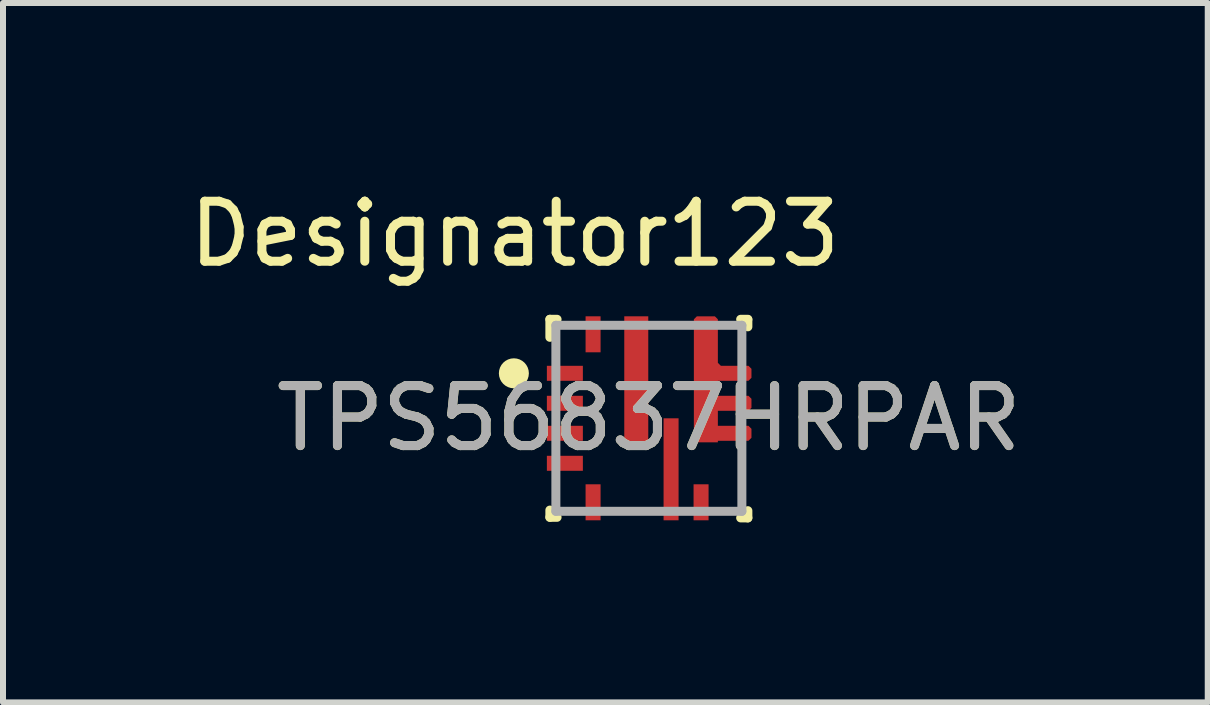
<source format=kicad_pcb>
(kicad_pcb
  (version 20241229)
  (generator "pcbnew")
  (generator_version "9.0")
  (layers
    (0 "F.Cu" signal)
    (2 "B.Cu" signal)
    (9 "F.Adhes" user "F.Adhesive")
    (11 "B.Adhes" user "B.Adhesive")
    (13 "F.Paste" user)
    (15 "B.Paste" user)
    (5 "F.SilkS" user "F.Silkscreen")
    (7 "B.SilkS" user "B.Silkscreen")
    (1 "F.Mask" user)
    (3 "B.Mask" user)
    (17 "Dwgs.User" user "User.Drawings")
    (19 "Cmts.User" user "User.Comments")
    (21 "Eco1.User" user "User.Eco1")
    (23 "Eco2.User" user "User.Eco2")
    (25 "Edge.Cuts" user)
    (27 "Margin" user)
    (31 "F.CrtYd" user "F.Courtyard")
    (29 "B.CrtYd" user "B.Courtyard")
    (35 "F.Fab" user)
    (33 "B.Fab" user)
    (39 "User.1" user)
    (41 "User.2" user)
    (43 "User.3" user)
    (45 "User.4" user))
  (footprint "TPS56837HRPAR"
    (layer "F.Cu")
    (at 7.765 3.922)
    (property "Reference" "TPS56837HRPAR" (at 0 0 0) (unlocked yes) (layer "F.SilkS") (effects (font (size 1 1) (thickness 0.15))))
    (attr smd)
    (fp_poly (pts (xy 0.8 -1.7) (xy 0.75 -1.65) (xy 0.75 0.35) (xy 0.8 0.4) (xy 1.15 0.4) (xy 1.15 0.375) (xy 1.66 0.375) (xy 1.71 0.325) (xy 1.71 0.175) (xy 1.66 0.125) (xy 1.15 0.125) (xy 1.15 -0.125) (xy 1.66 -0.125) (xy 1.71 -0.175) (xy 1.71 -0.325) (xy 1.66 -0.375) (xy 1.15 -0.375) (xy 1.15 -0.625) (xy 1.66 -0.625) (xy 1.71 -0.675) (xy 1.71 -0.825) (xy 1.66 -0.875) (xy 1.2 -0.875) (xy 1.15 -0.925) (xy 1.15 -1.65) (xy 1.1 -1.7)) (stroke (width 0) (type solid)) (fill yes) (layer "F.Cu"))
    (fp_poly (pts (xy 0.8 -1.7) (xy 0.75 -1.65) (xy 0.75 0.35) (xy 0.8 0.4) (xy 1.15 0.4) (xy 1.15 0.375) (xy 1.66 0.375) (xy 1.71 0.325) (xy 1.71 0.175) (xy 1.66 0.125) (xy 1.15 0.125) (xy 1.15 -0.125) (xy 1.66 -0.125) (xy 1.71 -0.175) (xy 1.71 -0.325) (xy 1.66 -0.375) (xy 1.15 -0.375) (xy 1.15 -0.625) (xy 1.66 -0.625) (xy 1.71 -0.675) (xy 1.71 -0.825) (xy 1.66 -0.875) (xy 1.2 -0.875) (xy 1.15 -0.925) (xy 1.15 -1.65) (xy 1.1 -1.7)) (stroke (width 0) (type solid)) (fill yes) (layer "F.Mask"))
    (fp_line (start -1.65 -1.65) (end -1.53 -1.65) (stroke (width 0.15) (type solid)) (layer "F.SilkS"))
    (fp_line (start -1.65 -1.35) (end -1.65 -1.65) (stroke (width 0.15) (type solid)) (layer "F.SilkS"))
    (fp_line (start -1.65 1.65) (end -1.65 1.53) (stroke (width 0.15) (type solid)) (layer "F.SilkS"))
    (fp_line (start -1.65 1.65) (end -1.53 1.65) (stroke (width 0.15) (type solid)) (layer "F.SilkS"))
    (fp_line (start 1.53 -1.65) (end 1.65 -1.65) (stroke (width 0.15) (type solid)) (layer "F.SilkS"))
    (fp_line (start 1.53 1.66) (end 1.65 1.66) (stroke (width 0.15) (type solid)) (layer "F.SilkS"))
    (fp_line (start 1.65 -1.525) (end 1.65 -1.645) (stroke (width 0.15) (type solid)) (layer "F.SilkS"))
    (fp_line (start 1.65 1.66) (end 1.65 1.54) (stroke (width 0.15) (type solid)) (layer "F.SilkS"))
    (fp_circle (center -2.25 -0.75) (end -2.125 -0.75) (stroke (width 0.25) (type solid)) (fill no) (layer "F.SilkS"))
    (fp_poly (pts (xy -0.41 0.345) (xy -0.41 -0.505) (xy -0.36 -0.555) (xy -0.06 -0.555) (xy -0.01 -0.505) (xy -0.01 0.345) (xy -0.06 0.395) (xy -0.36 0.395)) (stroke (width 0) (type solid)) (fill yes) (layer "F.Paste"))
    (fp_poly (pts (xy -0.36 -1.705) (xy -0.06 -1.705) (xy -0.01 -1.655) (xy -0.01 -0.805) (xy -0.06 -0.755) (xy -0.36 -0.755) (xy -0.41 -0.805) (xy -0.41 -1.655)) (stroke (width 0) (type solid)) (fill yes) (layer "F.Paste"))
    (fp_poly (pts (xy 0.245 1.655) (xy 0.245 1.005) (xy 0.295 0.955) (xy 0.445 0.955) (xy 0.495 1.005) (xy 0.495 1.655) (xy 0.445 1.705) (xy 0.295 1.705)) (stroke (width 0) (type solid)) (fill yes) (layer "F.Paste"))
    (fp_poly (pts (xy 0.445 0.005) (xy 0.495 0.055) (xy 0.495 0.705) (xy 0.445 0.755) (xy 0.295 0.755) (xy 0.245 0.705) (xy 0.245 0.055) (xy 0.295 0.005)) (stroke (width 0) (type solid)) (fill yes) (layer "F.Paste"))
    (fp_poly (pts (xy 0.8 -1.7) (xy 0.75 -1.65) (xy 0.75 0.35) (xy 0.8 0.4) (xy 1.15 0.4) (xy 1.15 0.375) (xy 1.66 0.375) (xy 1.71 0.325) (xy 1.71 0.175) (xy 1.66 0.125) (xy 1.15 0.125) (xy 1.15 -0.125) (xy 1.66 -0.125) (xy 1.71 -0.175) (xy 1.71 -0.325) (xy 1.66 -0.375) (xy 1.15 -0.375) (xy 1.15 -0.625) (xy 1.66 -0.625) (xy 1.71 -0.675) (xy 1.71 -0.825) (xy 1.66 -0.875) (xy 1.2 -0.875) (xy 1.15 -0.925) (xy 1.15 -1.65) (xy 1.1 -1.7)) (stroke (width 0) (type solid)) (fill yes) (layer "F.Paste"))
    (fp_line (start -1.55 -1.55) (end 1.55 -1.55) (stroke (width 0.15) (type solid)) (layer "F.Fab"))
    (fp_line (start -1.55 1.55) (end -1.55 -1.55) (stroke (width 0.15) (type solid)) (layer "F.Fab"))
    (fp_line (start -1.55 1.55) (end 1.55 1.55) (stroke (width 0.15) (type solid)) (layer "F.Fab"))
    (fp_line (start 1.55 1.55) (end 1.55 -1.55) (stroke (width 0.15) (type solid)) (layer "F.Fab"))
    (fp_text user "Designator123" (at -2.235 -3.073 0) (unlocked yes) (layer "F.SilkS") (effects (font (size 1 1) (thickness 0.15))))
    (fp_text user "${REFERENCE}" (at 0 0 0) (unlocked yes) (layer "F.Fab") (effects (font (size 1 1) (thickness 0.15))))
    (pad "1" smd rect (at -1.4 -0.75) (size 0.6 0.25) (layers "F.Cu" "F.Mask" "F.Paste"))
    (pad "2" smd rect (at -1.4 -0.25) (size 0.6 0.25) (layers "F.Cu" "F.Mask" "F.Paste"))
    (pad "3" smd rect (at -1.4 0.25) (size 0.6 0.25) (layers "F.Cu" "F.Mask" "F.Paste"))
    (pad "4" smd rect (at -1.4 0.75) (size 0.6 0.25) (layers "F.Cu" "F.Mask" "F.Paste"))
    (pad "5" smd rect (at -0.93 1.4 90) (size 0.6 0.25) (layers "F.Cu" "F.Mask" "F.Paste"))
    (pad "6" smd rect (at 0.37 0.85) (size 0.25 1.7) (layers "F.Cu" "F.Mask"))
    (pad "7" smd rect (at 0.87 1.4 90) (size 0.6 0.25) (layers "F.Cu" "F.Mask" "F.Paste"))
    (pad "8" smd circle (at 0.99 -0.8) (size 0.35 0.35) (layers "F.Cu" "F.Mask" "F.Paste"))
    (pad "9" smd rect (at -0.21 -0.65) (size 0.4 2.1) (layers "F.Cu" "F.Mask"))
    (pad "10" smd rect (at -0.93 -1.4 90) (size 0.6 0.25) (layers "F.Cu" "F.Mask" "F.Paste")))
  (gr_rect
    (start -3 -3)
    (end 17.08 8.657)
    (stroke (width 0.1) (type default))
    (fill no)
    (layer "Edge.Cuts")))
</source>
